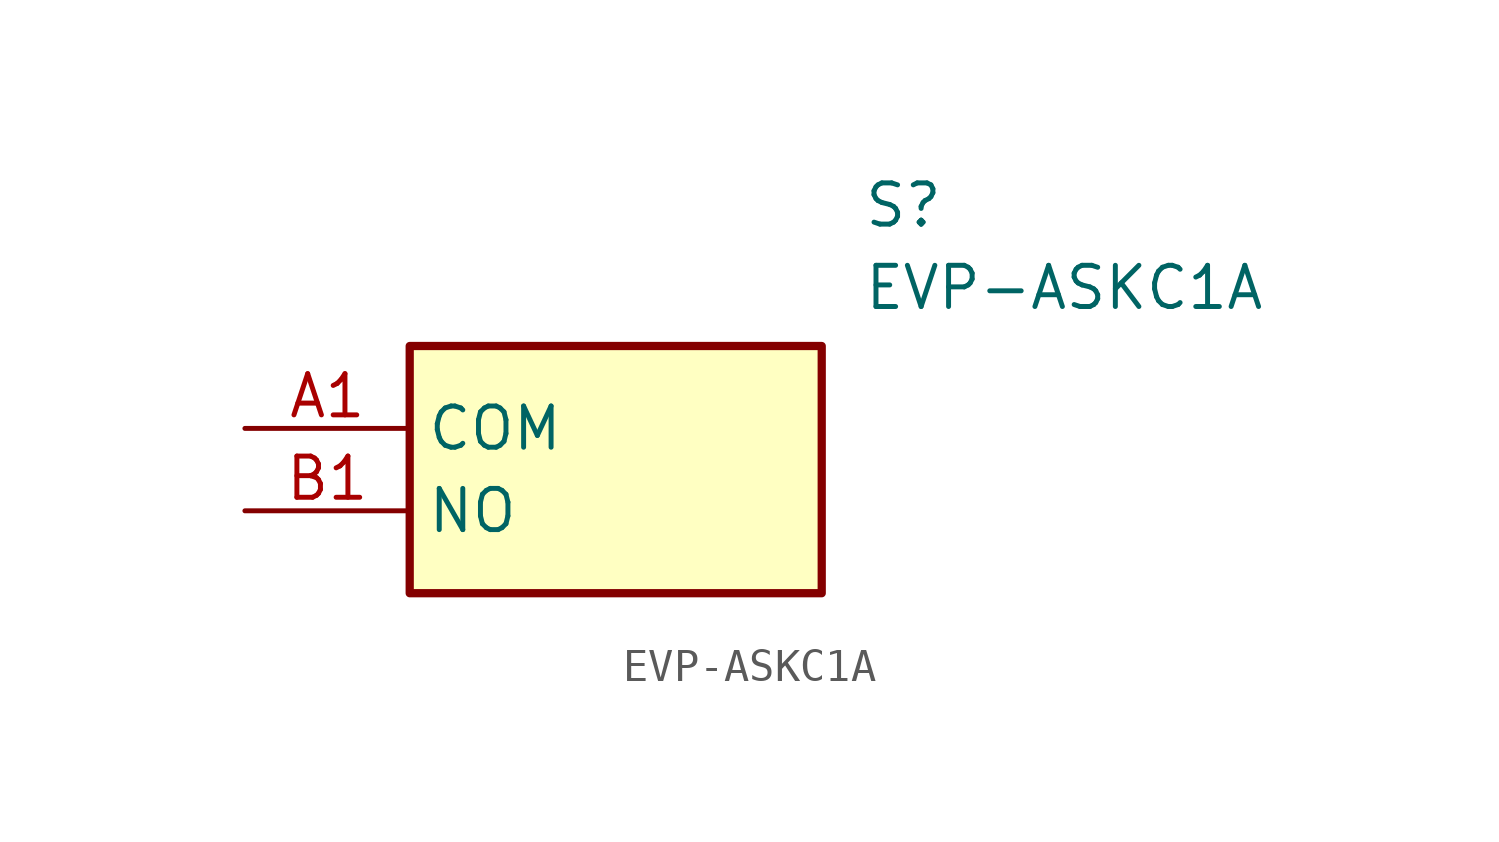
<source format=kicad_sym>
(kicad_symbol_lib
  (version 20211014)
  (generator SamacSys_ECAD_Model)
  (symbol "EVP-ASKC1A"
    (property "Reference" "S"
      (at 19.05 7.62 0)
      (effects (font (size 1.27 1.27)) (justify left top)))
    (property "Value" "EVP-ASKC1A"
      (at 19.05 5.08 0)
      (effects (font (size 1.27 1.27)) (justify left top)))
    (rectangle
      (start 5.08 2.54)
      (end 17.78 -5.08)
      (stroke (width 0.254) (type default))
      (fill (type background)))
    (pin passive line
      (at 0 0 0)
      (length 5.08)
      (name "COM" (effects (font (size 1.27 1.27))))
      (number "A1" (effects (font (size 1.27 1.27)))))
    (pin passive line
      (at 0 -2.54 0)
      (length 5.08)
      (name "NO" (effects (font (size 1.27 1.27))))
      (number "B1" (effects (font (size 1.27 1.27)))))))
</source>
